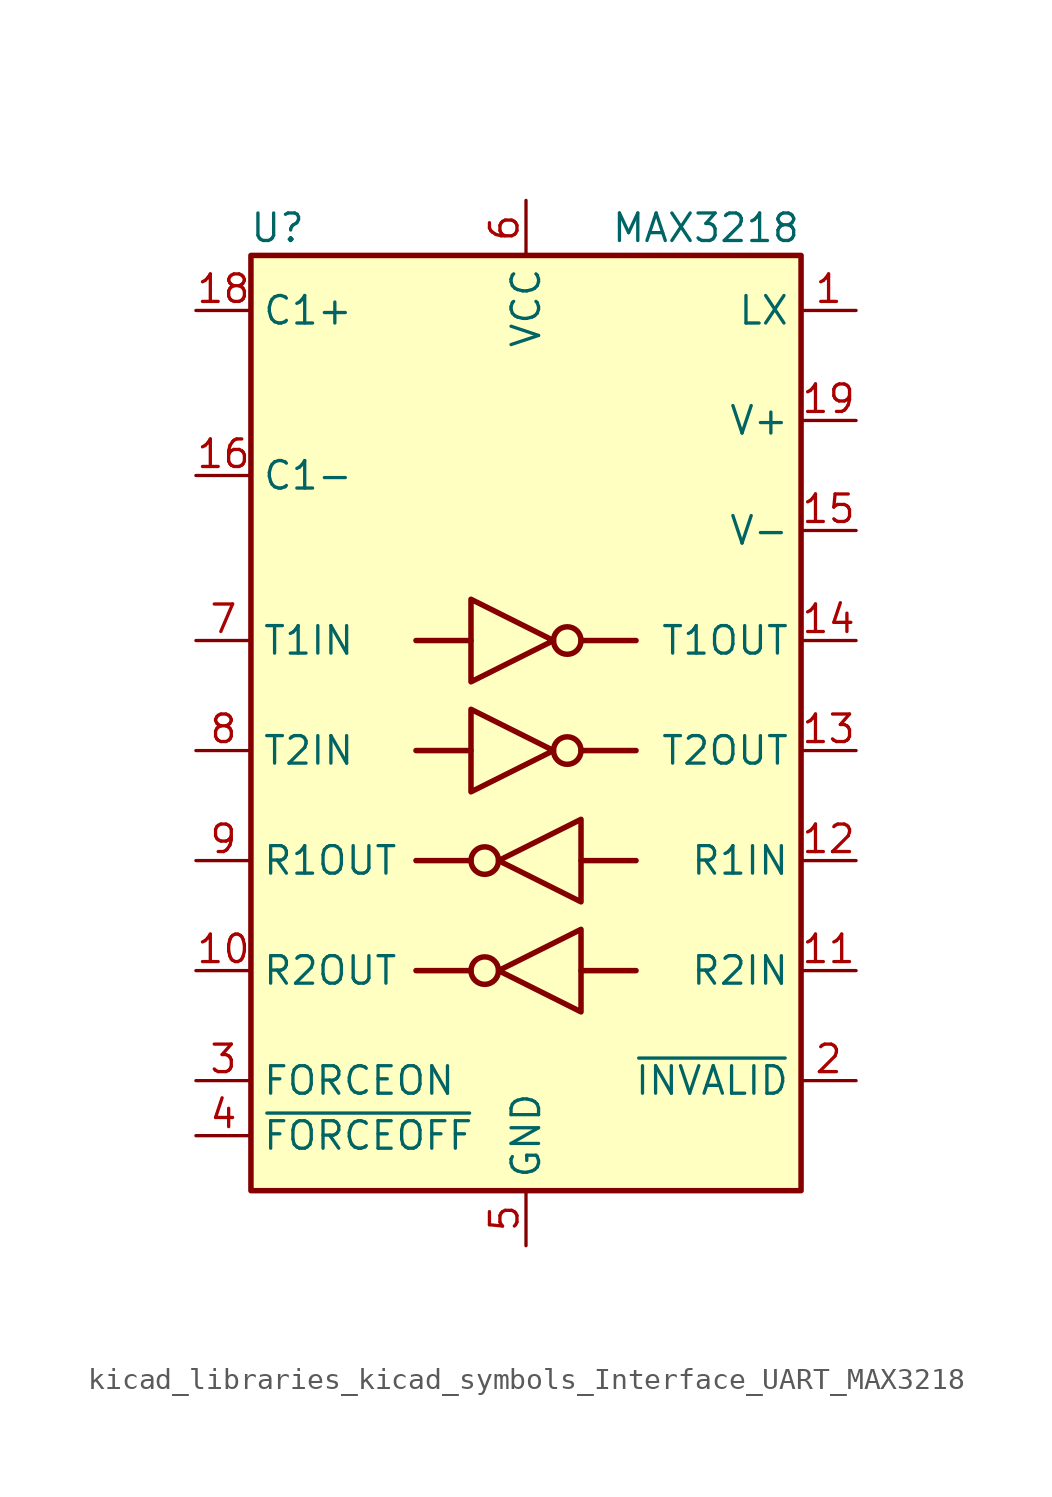
<source format=kicad_sym>
(kicad_symbol_lib
  (version 20220914)
  (generator kicad_symbol_editor)
  (symbol "kicad_libraries_kicad_symbols_Interface_UART_MAX3218"
    (property "Reference" "U"
      (at -10.16 24.13 0)
      (effects (font (size 1.27 1.27)) (justify right)))
    (property "Value" "MAX3218"
      (at 12.7 24.13 0)
      (effects (font (size 1.27 1.27)) (justify right)))
    (symbol "kicad_libraries_kicad_symbols_Interface_UART_MAX3218_0_1"
      (rectangle (start -12.7 -20.32) (end 12.7 22.86) (stroke (width 0.254) (type default)) (fill (type background)))
      (polyline (pts (xy -2.54 5.08) (xy -5.08 5.08)) (stroke (width 0.254) (type default)) (fill (type none)))
      (polyline (pts (xy 2.54 5.08) (xy 5.08 5.08)) (stroke (width 0.254) (type default)) (fill (type none)))
      (polyline (pts (xy -2.54 1.905) (xy -2.54 -1.905) (xy 1.27 0) (xy -2.54 1.905)) (stroke (width 0.254) (type default)) (fill (type none)))
      (polyline (pts (xy -2.54 6.985) (xy -2.54 3.175) (xy 1.27 5.08) (xy -2.54 6.985)) (stroke (width 0.254) (type default)) (fill (type none)))
      (circle (center 1.905 0) (radius 0.635) (stroke (width 0.254) (type default)) (fill (type none)))
      (circle (center 1.905 5.08) (radius 0.635) (stroke (width 0.254) (type default)) (fill (type none))))
    (symbol "kicad_libraries_kicad_symbols_Interface_UART_MAX3218_1_1"
      (circle (center -1.905 -10.16) (radius 0.635) (stroke (width 0.254) (type default)) (fill (type none)))
      (circle (center -1.905 -5.08) (radius 0.635) (stroke (width 0.254) (type default)) (fill (type none)))
      (polyline (pts (xy -2.54 -10.16) (xy -5.08 -10.16)) (stroke (width 0.254) (type default)) (fill (type none)))
      (polyline (pts (xy -2.54 -5.08) (xy -5.08 -5.08)) (stroke (width 0.254) (type default)) (fill (type none)))
      (polyline (pts (xy -2.54 0) (xy -5.08 0)) (stroke (width 0.254) (type default)) (fill (type none)))
      (polyline (pts (xy 2.54 -10.16) (xy 5.08 -10.16)) (stroke (width 0.254) (type default)) (fill (type none)))
      (polyline (pts (xy 2.54 -5.08) (xy 5.08 -5.08)) (stroke (width 0.254) (type default)) (fill (type none)))
      (polyline (pts (xy 2.54 0) (xy 5.08 0)) (stroke (width 0.254) (type default)) (fill (type none)))
      (polyline (pts (xy 2.54 -12.065) (xy 2.54 -8.255) (xy -1.27 -10.16) (xy 2.54 -12.065)) (stroke (width 0.254) (type default)) (fill (type none)))
      (polyline (pts (xy 2.54 -6.985) (xy 2.54 -3.175) (xy -1.27 -5.08) (xy 2.54 -6.985)) (stroke (width 0.254) (type default)) (fill (type none)))
      (pin passive line (at 15.24 20.32 180) (length 2.54) (name "LX" (effects (font (size 1.27 1.27)))) (number "1" (effects (font (size 1.27 1.27)))))
      (pin output line (at -15.24 -10.16 0) (length 2.54) (name "R2OUT" (effects (font (size 1.27 1.27)))) (number "10" (effects (font (size 1.27 1.27)))))
      (pin input line (at 15.24 -10.16 180) (length 2.54) (name "R2IN" (effects (font (size 1.27 1.27)))) (number "11" (effects (font (size 1.27 1.27)))))
      (pin input line (at 15.24 -5.08 180) (length 2.54) (name "R1IN" (effects (font (size 1.27 1.27)))) (number "12" (effects (font (size 1.27 1.27)))))
      (pin output line (at 15.24 0 180) (length 2.54) (name "T2OUT" (effects (font (size 1.27 1.27)))) (number "13" (effects (font (size 1.27 1.27)))))
      (pin output line (at 15.24 5.08 180) (length 2.54) (name "T1OUT" (effects (font (size 1.27 1.27)))) (number "14" (effects (font (size 1.27 1.27)))))
      (pin power_out line (at 15.24 10.16 180) (length 2.54) (name "V-" (effects (font (size 1.27 1.27)))) (number "15" (effects (font (size 1.27 1.27)))))
      (pin passive line (at -15.24 12.7 0) (length 2.54) (name "C1-" (effects (font (size 1.27 1.27)))) (number "16" (effects (font (size 1.27 1.27)))))
      (pin passive line (at 0 -22.86 90) (length 2.54) hide (name "GND" (effects (font (size 1.27 1.27)))) (number "17" (effects (font (size 1.27 1.27)))))
      (pin passive line (at -15.24 20.32 0) (length 2.54) (name "C1+" (effects (font (size 1.27 1.27)))) (number "18" (effects (font (size 1.27 1.27)))))
      (pin power_out line (at 15.24 15.24 180) (length 2.54) (name "V+" (effects (font (size 1.27 1.27)))) (number "19" (effects (font (size 1.27 1.27)))))
      (pin output line (at 15.24 -15.24 180) (length 2.54) (name "~{INVALID}" (effects (font (size 1.27 1.27)))) (number "2" (effects (font (size 1.27 1.27)))))
      (pin passive line (at 0 -22.86 90) (length 2.54) hide (name "GND" (effects (font (size 1.27 1.27)))) (number "20" (effects (font (size 1.27 1.27)))))
      (pin input line (at -15.24 -15.24 0) (length 2.54) (name "FORCEON" (effects (font (size 1.27 1.27)))) (number "3" (effects (font (size 1.27 1.27)))))
      (pin input line (at -15.24 -17.78 0) (length 2.54) (name "~{FORCEOFF}" (effects (font (size 1.27 1.27)))) (number "4" (effects (font (size 1.27 1.27)))))
      (pin power_in line (at 0 -22.86 90) (length 2.54) (name "GND" (effects (font (size 1.27 1.27)))) (number "5" (effects (font (size 1.27 1.27)))))
      (pin power_in line (at 0 25.4 270) (length 2.54) (name "VCC" (effects (font (size 1.27 1.27)))) (number "6" (effects (font (size 1.27 1.27)))))
      (pin input line (at -15.24 5.08 0) (length 2.54) (name "T1IN" (effects (font (size 1.27 1.27)))) (number "7" (effects (font (size 1.27 1.27)))))
      (pin input line (at -15.24 0 0) (length 2.54) (name "T2IN" (effects (font (size 1.27 1.27)))) (number "8" (effects (font (size 1.27 1.27)))))
      (pin output line (at -15.24 -5.08 0) (length 2.54) (name "R1OUT" (effects (font (size 1.27 1.27)))) (number "9" (effects (font (size 1.27 1.27))))))))
</source>
